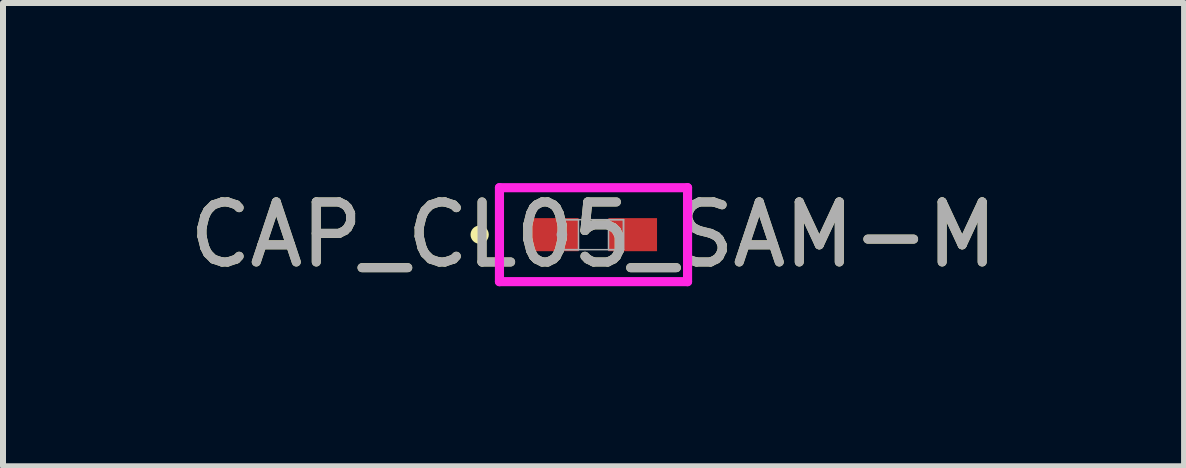
<source format=kicad_pcb>
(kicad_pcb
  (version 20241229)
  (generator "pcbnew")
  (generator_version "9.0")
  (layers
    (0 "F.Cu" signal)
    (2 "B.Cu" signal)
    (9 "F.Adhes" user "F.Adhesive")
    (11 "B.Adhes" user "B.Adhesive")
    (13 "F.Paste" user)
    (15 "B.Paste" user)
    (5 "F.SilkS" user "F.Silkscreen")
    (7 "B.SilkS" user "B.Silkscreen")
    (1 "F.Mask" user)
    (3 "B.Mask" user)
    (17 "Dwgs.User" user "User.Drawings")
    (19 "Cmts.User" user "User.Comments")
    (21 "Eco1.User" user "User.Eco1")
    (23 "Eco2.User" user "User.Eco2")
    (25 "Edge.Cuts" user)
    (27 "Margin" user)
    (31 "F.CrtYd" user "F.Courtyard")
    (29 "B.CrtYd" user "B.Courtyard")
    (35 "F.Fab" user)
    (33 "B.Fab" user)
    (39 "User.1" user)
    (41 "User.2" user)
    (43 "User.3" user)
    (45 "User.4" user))
  (footprint "CAP_CL05_SAM-M"
    (layer "F.Cu")
    (at 6.839 0.86)
    (property "Reference" "CAP_CL05_SAM-M" (at 0 0 0) (unlocked yes) (layer "F.SilkS") (effects (font (size 1 1) (thickness 0.15))))
    (attr smd)
    (fp_circle (center -1.897 0) (end -1.821 0) (stroke (width 0.152) (type solid)) (fill no) (layer "F.SilkS"))
    (fp_line (start -1.567 -0.783) (end 1.567 -0.783) (stroke (width 0.152) (type solid)) (layer "F.CrtYd"))
    (fp_line (start -1.567 0.783) (end -1.567 -0.783) (stroke (width 0.152) (type solid)) (layer "F.CrtYd"))
    (fp_line (start 1.567 -0.783) (end 1.567 0.783) (stroke (width 0.152) (type solid)) (layer "F.CrtYd"))
    (fp_line (start 1.567 0.783) (end -1.567 0.783) (stroke (width 0.152) (type solid)) (layer "F.CrtYd"))
    (fp_line (start -0.5 -0.25) (end -0.5 0.25) (stroke (width 0.025) (type solid)) (layer "F.Fab"))
    (fp_line (start -0.5 -0.25) (end -0.5 0.25) (stroke (width 0.025) (type solid)) (layer "F.Fab"))
    (fp_line (start -0.5 0.25) (end -0.25 0.25) (stroke (width 0.025) (type solid)) (layer "F.Fab"))
    (fp_line (start -0.5 0.25) (end 0.5 0.25) (stroke (width 0.025) (type solid)) (layer "F.Fab"))
    (fp_line (start -0.25 -0.25) (end -0.5 -0.25) (stroke (width 0.025) (type solid)) (layer "F.Fab"))
    (fp_line (start -0.25 0.25) (end -0.25 -0.25) (stroke (width 0.025) (type solid)) (layer "F.Fab"))
    (fp_line (start 0.25 -0.25) (end 0.25 0.25) (stroke (width 0.025) (type solid)) (layer "F.Fab"))
    (fp_line (start 0.25 0.25) (end 0.5 0.25) (stroke (width 0.025) (type solid)) (layer "F.Fab"))
    (fp_line (start 0.5 -0.25) (end -0.5 -0.25) (stroke (width 0.025) (type solid)) (layer "F.Fab"))
    (fp_line (start 0.5 -0.25) (end 0.25 -0.25) (stroke (width 0.025) (type solid)) (layer "F.Fab"))
    (fp_line (start 0.5 0.25) (end 0.5 -0.25) (stroke (width 0.025) (type solid)) (layer "F.Fab"))
    (fp_line (start 0.5 0.25) (end 0.5 -0.25) (stroke (width 0.025) (type solid)) (layer "F.Fab"))
    (fp_circle (center -0.527 0) (end -0.451 0) (stroke (width 0.025) (type solid)) (fill no) (layer "F.Fab"))
    (fp_text user "${REFERENCE}" (at 0 0 0) (unlocked yes) (layer "F.Fab") (effects (font (size 1 1) (thickness 0.15))))
    (pad "1" smd rect (at -0.654 0) (size 0.809 0.551) (layers "F.Cu" "F.Mask" "F.Paste"))
    (pad "2" smd rect (at 0.654 0) (size 0.809 0.551) (layers "F.Cu" "F.Mask" "F.Paste"))
    (zone (net_name "") (layer "F.Cu") (hatch full 0.508) (connect_pads) (min_thickness 0.254) (filled_areas_thickness no) (keepout (tracks not_allowed) (vias not_allowed) (pads allowed) (copperpour not_allowed) (footprints allowed)) (placement (enabled no)) (fill) (polygon (pts (xy 6.64 0.66) (xy 7.038 0.66) (xy 7.038 1.059) (xy 6.64 1.059)))))
  (gr_rect
    (start -3 -3)
    (end 16.679 4.719)
    (stroke (width 0.1) (type default))
    (fill no)
    (layer "Edge.Cuts")))
</source>
